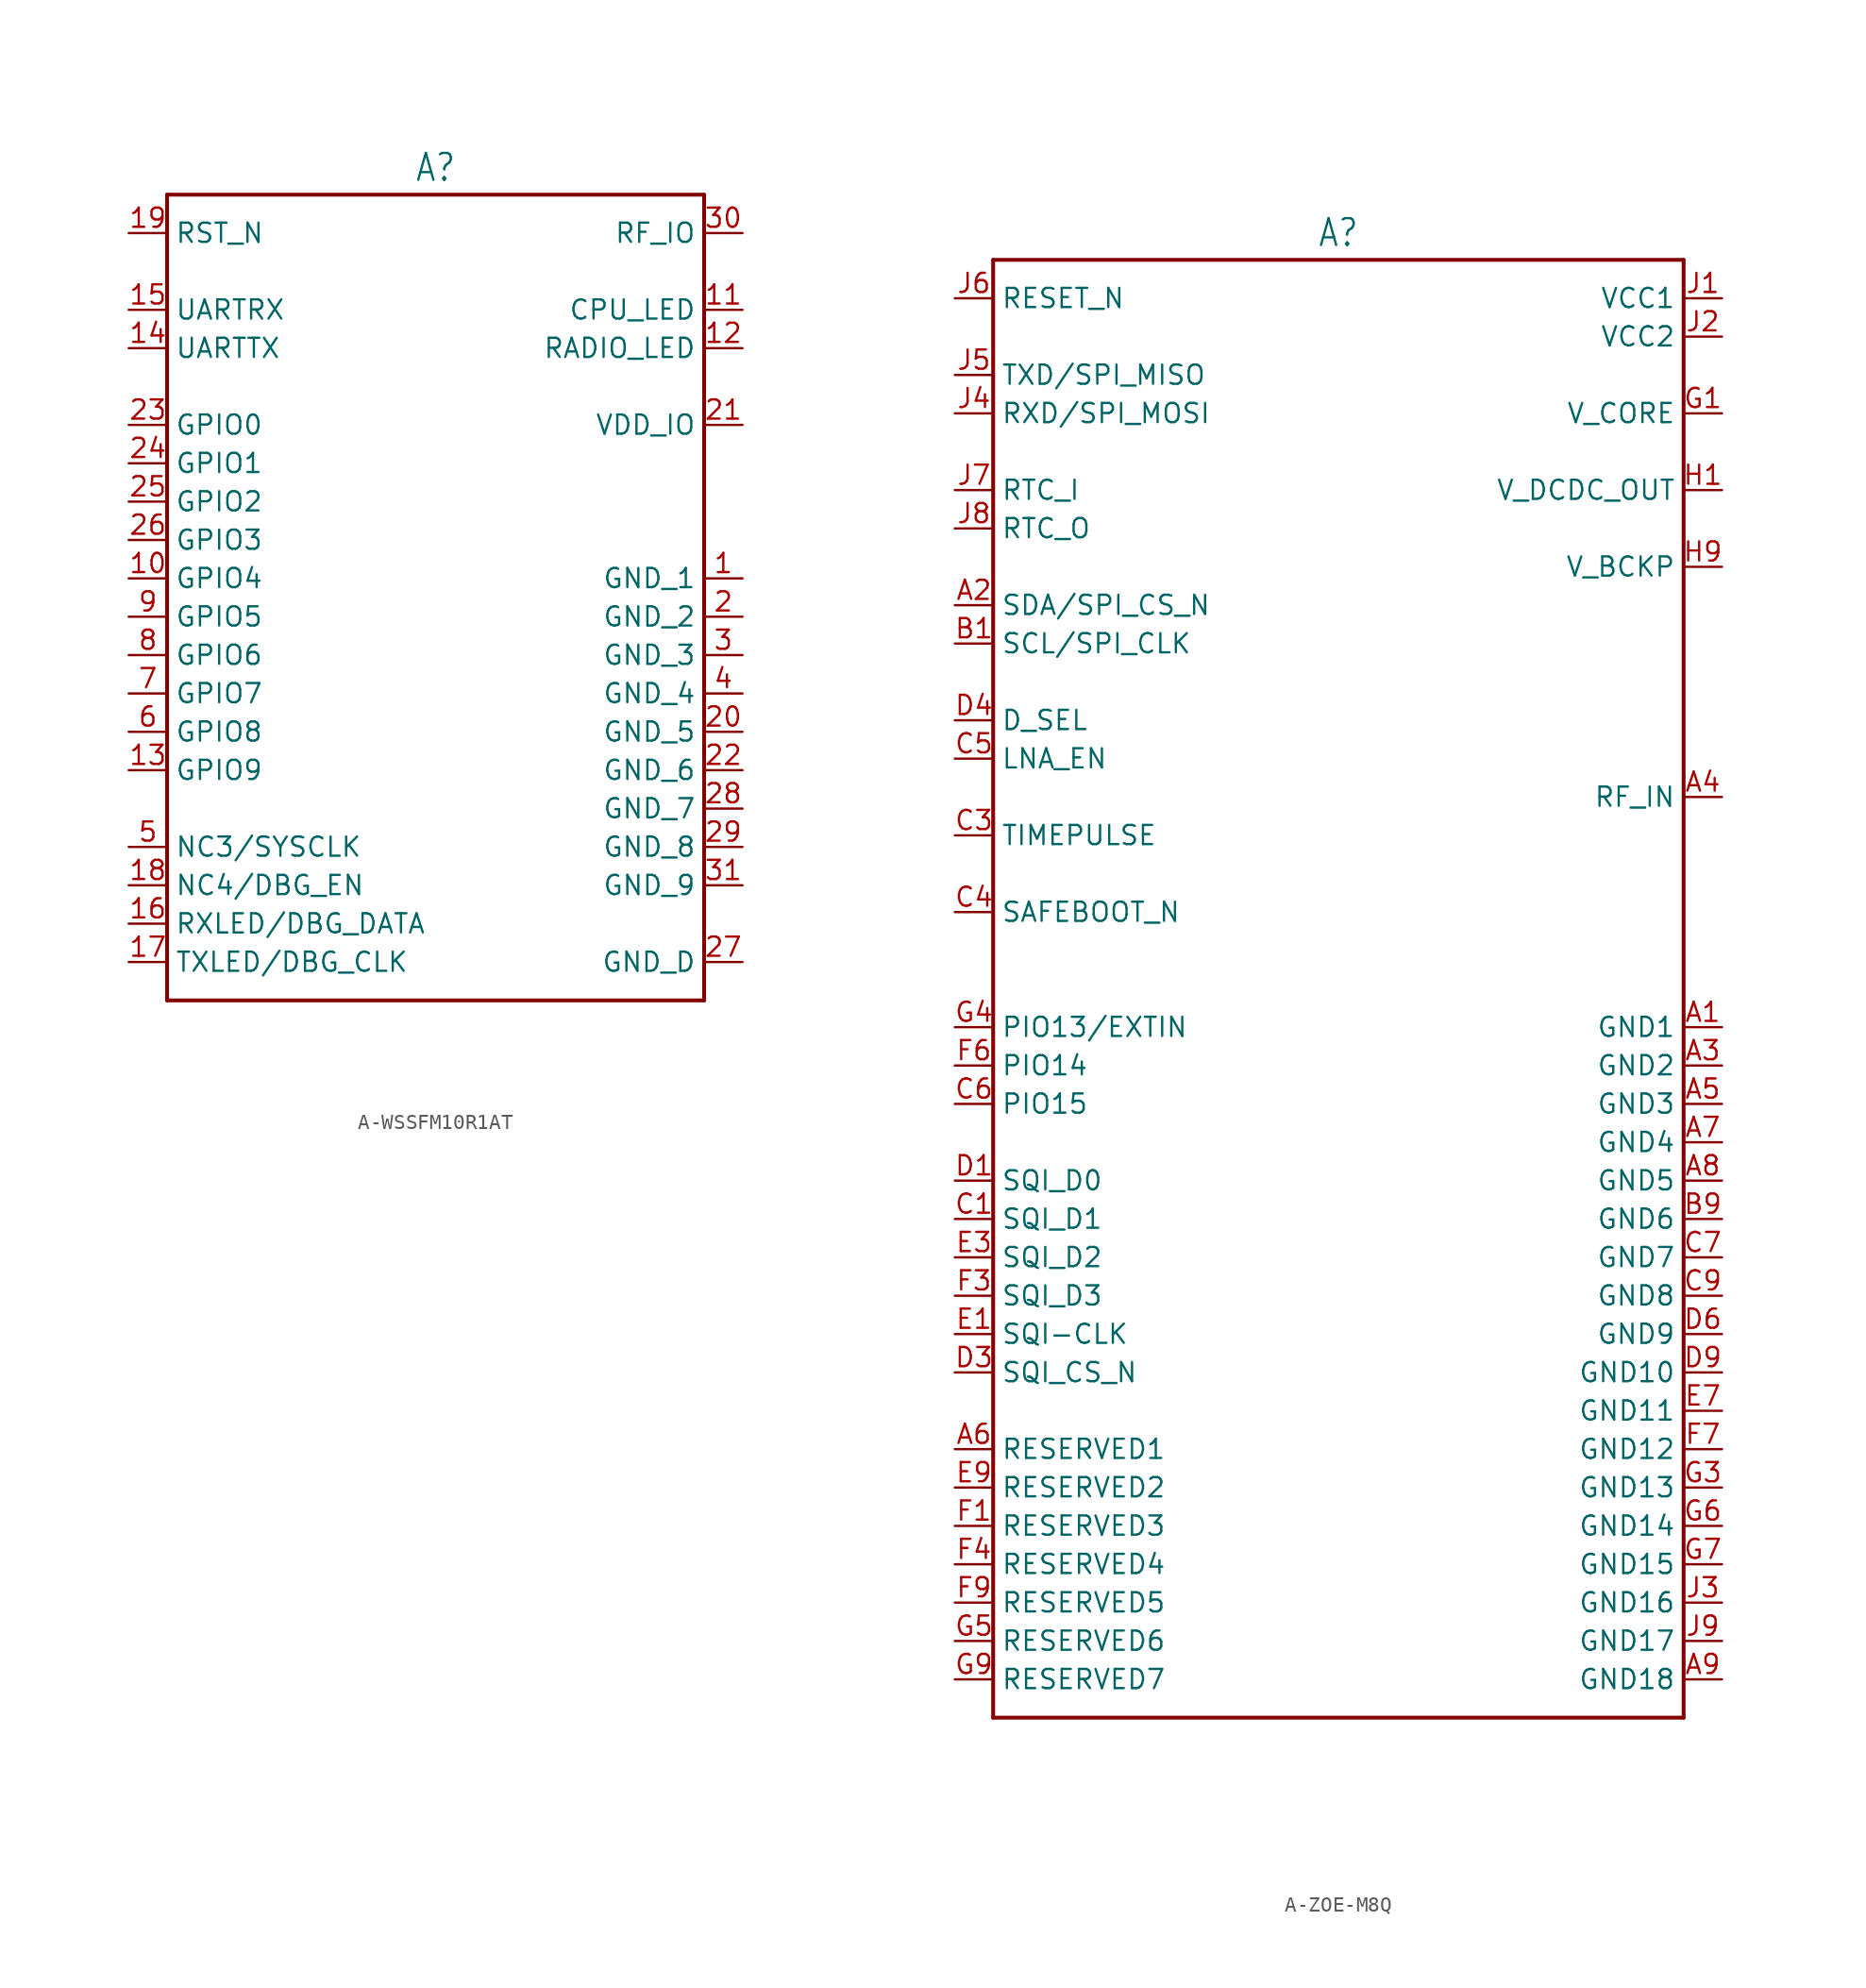
<source format=kicad_sym>
(kicad_symbol_lib
  (version 20231120)
  (generator "kicad_symbol_editor")
  (generator_version "8.0")
  (symbol "A-WSSFM10R1AT"
    (property "Reference" "A"
      (at 0 26.162 0)
      (effects (font (size 1.778 1.511)) (justify bottom)))
    (property "Value" ""
      (at 0 -28.702 0)
      (effects (font (size 1.778 1.511)) (justify top)))
    (property "ki_locked" ""
      (at 0 0 0)
      (effects (font (size 1.27 1.27))))
    (symbol "A-WSSFM10R1AT_1_0"
      (polyline (pts (xy -17.78 -27.94) (xy -17.78 25.4)) (stroke (width 0.254) (type solid)) (fill (type none)))
      (polyline (pts (xy -17.78 25.4) (xy 17.78 25.4)) (stroke (width 0.254) (type solid)) (fill (type none)))
      (polyline (pts (xy 17.78 -27.94) (xy -17.78 -27.94)) (stroke (width 0.254) (type solid)) (fill (type none)))
      (polyline (pts (xy 17.78 25.4) (xy 17.78 -27.94)) (stroke (width 0.254) (type solid)) (fill (type none)))
      (pin passive line (at 20.32 0 180) (length 2.54) (name "GND_1" (effects (font (size 1.27 1.27)))) (number "1" (effects (font (size 1.27 1.27)))))
      (pin passive line (at -20.32 0 0) (length 2.54) (name "GPIO4" (effects (font (size 1.27 1.27)))) (number "10" (effects (font (size 1.27 1.27)))))
      (pin passive line (at 20.32 17.78 180) (length 2.54) (name "CPU_LED" (effects (font (size 1.27 1.27)))) (number "11" (effects (font (size 1.27 1.27)))))
      (pin passive line (at 20.32 15.24 180) (length 2.54) (name "RADIO_LED" (effects (font (size 1.27 1.27)))) (number "12" (effects (font (size 1.27 1.27)))))
      (pin passive line (at -20.32 -12.7 0) (length 2.54) (name "GPIO9" (effects (font (size 1.27 1.27)))) (number "13" (effects (font (size 1.27 1.27)))))
      (pin passive line (at -20.32 15.24 0) (length 2.54) (name "UARTTX" (effects (font (size 1.27 1.27)))) (number "14" (effects (font (size 1.27 1.27)))))
      (pin passive line (at -20.32 17.78 0) (length 2.54) (name "UARTRX" (effects (font (size 1.27 1.27)))) (number "15" (effects (font (size 1.27 1.27)))))
      (pin passive line (at -20.32 -22.86 0) (length 2.54) (name "RXLED/DBG_DATA" (effects (font (size 1.27 1.27)))) (number "16" (effects (font (size 1.27 1.27)))))
      (pin passive line (at -20.32 -25.4 0) (length 2.54) (name "TXLED/DBG_CLK" (effects (font (size 1.27 1.27)))) (number "17" (effects (font (size 1.27 1.27)))))
      (pin passive line (at -20.32 -20.32 0) (length 2.54) (name "NC4/DBG_EN" (effects (font (size 1.27 1.27)))) (number "18" (effects (font (size 1.27 1.27)))))
      (pin passive line (at -20.32 22.86 0) (length 2.54) (name "RST_N" (effects (font (size 1.27 1.27)))) (number "19" (effects (font (size 1.27 1.27)))))
      (pin passive line (at 20.32 -2.54 180) (length 2.54) (name "GND_2" (effects (font (size 1.27 1.27)))) (number "2" (effects (font (size 1.27 1.27)))))
      (pin passive line (at 20.32 -10.16 180) (length 2.54) (name "GND_5" (effects (font (size 1.27 1.27)))) (number "20" (effects (font (size 1.27 1.27)))))
      (pin passive line (at 20.32 10.16 180) (length 2.54) (name "VDD_IO" (effects (font (size 1.27 1.27)))) (number "21" (effects (font (size 1.27 1.27)))))
      (pin passive line (at 20.32 -12.7 180) (length 2.54) (name "GND_6" (effects (font (size 1.27 1.27)))) (number "22" (effects (font (size 1.27 1.27)))))
      (pin passive line (at -20.32 10.16 0) (length 2.54) (name "GPIO0" (effects (font (size 1.27 1.27)))) (number "23" (effects (font (size 1.27 1.27)))))
      (pin passive line (at -20.32 7.62 0) (length 2.54) (name "GPIO1" (effects (font (size 1.27 1.27)))) (number "24" (effects (font (size 1.27 1.27)))))
      (pin passive line (at -20.32 5.08 0) (length 2.54) (name "GPIO2" (effects (font (size 1.27 1.27)))) (number "25" (effects (font (size 1.27 1.27)))))
      (pin passive line (at -20.32 2.54 0) (length 2.54) (name "GPIO3" (effects (font (size 1.27 1.27)))) (number "26" (effects (font (size 1.27 1.27)))))
      (pin passive line (at 20.32 -25.4 180) (length 2.54) (name "GND_D" (effects (font (size 1.27 1.27)))) (number "27" (effects (font (size 1.27 1.27)))))
      (pin passive line (at 20.32 -15.24 180) (length 2.54) (name "GND_7" (effects (font (size 1.27 1.27)))) (number "28" (effects (font (size 1.27 1.27)))))
      (pin passive line (at 20.32 -17.78 180) (length 2.54) (name "GND_8" (effects (font (size 1.27 1.27)))) (number "29" (effects (font (size 1.27 1.27)))))
      (pin passive line (at 20.32 -5.08 180) (length 2.54) (name "GND_3" (effects (font (size 1.27 1.27)))) (number "3" (effects (font (size 1.27 1.27)))))
      (pin passive line (at 20.32 22.86 180) (length 2.54) (name "RF_IO" (effects (font (size 1.27 1.27)))) (number "30" (effects (font (size 1.27 1.27)))))
      (pin passive line (at 20.32 -20.32 180) (length 2.54) (name "GND_9" (effects (font (size 1.27 1.27)))) (number "31" (effects (font (size 1.27 1.27)))))
      (pin passive line (at 20.32 -7.62 180) (length 2.54) (name "GND_4" (effects (font (size 1.27 1.27)))) (number "4" (effects (font (size 1.27 1.27)))))
      (pin passive line (at -20.32 -17.78 0) (length 2.54) (name "NC3/SYSCLK" (effects (font (size 1.27 1.27)))) (number "5" (effects (font (size 1.27 1.27)))))
      (pin passive line (at -20.32 -10.16 0) (length 2.54) (name "GPIO8" (effects (font (size 1.27 1.27)))) (number "6" (effects (font (size 1.27 1.27)))))
      (pin passive line (at -20.32 -7.62 0) (length 2.54) (name "GPIO7" (effects (font (size 1.27 1.27)))) (number "7" (effects (font (size 1.27 1.27)))))
      (pin passive line (at -20.32 -5.08 0) (length 2.54) (name "GPIO6" (effects (font (size 1.27 1.27)))) (number "8" (effects (font (size 1.27 1.27)))))
      (pin passive line (at -20.32 -2.54 0) (length 2.54) (name "GPIO5" (effects (font (size 1.27 1.27)))) (number "9" (effects (font (size 1.27 1.27)))))))
  (symbol "A-ZOE-M8Q"
    (property "Reference" "A"
      (at 0 49.022 0)
      (effects (font (size 1.778 1.511)) (justify bottom)))
    (property "Value" ""
      (at 0 -49.022 0)
      (effects (font (size 1.778 1.511)) (justify top)))
    (property "ki_locked" ""
      (at 0 0 0)
      (effects (font (size 1.27 1.27))))
    (symbol "A-ZOE-M8Q_1_0"
      (polyline (pts (xy -22.86 -48.26) (xy -22.86 48.26)) (stroke (width 0.254) (type solid)) (fill (type none)))
      (polyline (pts (xy -22.86 48.26) (xy 22.86 48.26)) (stroke (width 0.254) (type solid)) (fill (type none)))
      (polyline (pts (xy 22.86 -48.26) (xy -22.86 -48.26)) (stroke (width 0.254) (type solid)) (fill (type none)))
      (polyline (pts (xy 22.86 48.26) (xy 22.86 -48.26)) (stroke (width 0.254) (type solid)) (fill (type none)))
      (pin passive line (at 25.4 -2.54 180) (length 2.54) (name "GND1" (effects (font (size 1.27 1.27)))) (number "A1" (effects (font (size 1.27 1.27)))))
      (pin passive line (at -25.4 25.4 0) (length 2.54) (name "SDA/SPI_CS_N" (effects (font (size 1.27 1.27)))) (number "A2" (effects (font (size 1.27 1.27)))))
      (pin passive line (at 25.4 -5.08 180) (length 2.54) (name "GND2" (effects (font (size 1.27 1.27)))) (number "A3" (effects (font (size 1.27 1.27)))))
      (pin passive line (at 25.4 12.7 180) (length 2.54) (name "RF_IN" (effects (font (size 1.27 1.27)))) (number "A4" (effects (font (size 1.27 1.27)))))
      (pin passive line (at 25.4 -7.62 180) (length 2.54) (name "GND3" (effects (font (size 1.27 1.27)))) (number "A5" (effects (font (size 1.27 1.27)))))
      (pin passive line (at -25.4 -30.48 0) (length 2.54) (name "RESERVED1" (effects (font (size 1.27 1.27)))) (number "A6" (effects (font (size 1.27 1.27)))))
      (pin passive line (at 25.4 -10.16 180) (length 2.54) (name "GND4" (effects (font (size 1.27 1.27)))) (number "A7" (effects (font (size 1.27 1.27)))))
      (pin passive line (at 25.4 -12.7 180) (length 2.54) (name "GND5" (effects (font (size 1.27 1.27)))) (number "A8" (effects (font (size 1.27 1.27)))))
      (pin passive line (at 25.4 -45.72 180) (length 2.54) (name "GND18" (effects (font (size 1.27 1.27)))) (number "A9" (effects (font (size 1.27 1.27)))))
      (pin passive line (at -25.4 22.86 0) (length 2.54) (name "SCL/SPI_CLK" (effects (font (size 1.27 1.27)))) (number "B1" (effects (font (size 1.27 1.27)))))
      (pin passive line (at 25.4 -15.24 180) (length 2.54) (name "GND6" (effects (font (size 1.27 1.27)))) (number "B9" (effects (font (size 1.27 1.27)))))
      (pin passive line (at -25.4 -15.24 0) (length 2.54) (name "SQI_D1" (effects (font (size 1.27 1.27)))) (number "C1" (effects (font (size 1.27 1.27)))))
      (pin passive line (at -25.4 10.16 0) (length 2.54) (name "TIMEPULSE" (effects (font (size 1.27 1.27)))) (number "C3" (effects (font (size 1.27 1.27)))))
      (pin passive line (at -25.4 5.08 0) (length 2.54) (name "SAFEBOOT_N" (effects (font (size 1.27 1.27)))) (number "C4" (effects (font (size 1.27 1.27)))))
      (pin passive line (at -25.4 15.24 0) (length 2.54) (name "LNA_EN" (effects (font (size 1.27 1.27)))) (number "C5" (effects (font (size 1.27 1.27)))))
      (pin passive line (at -25.4 -7.62 0) (length 2.54) (name "PIO15" (effects (font (size 1.27 1.27)))) (number "C6" (effects (font (size 1.27 1.27)))))
      (pin passive line (at 25.4 -17.78 180) (length 2.54) (name "GND7" (effects (font (size 1.27 1.27)))) (number "C7" (effects (font (size 1.27 1.27)))))
      (pin passive line (at 25.4 -20.32 180) (length 2.54) (name "GND8" (effects (font (size 1.27 1.27)))) (number "C9" (effects (font (size 1.27 1.27)))))
      (pin passive line (at -25.4 -12.7 0) (length 2.54) (name "SQI_D0" (effects (font (size 1.27 1.27)))) (number "D1" (effects (font (size 1.27 1.27)))))
      (pin passive line (at -25.4 -25.4 0) (length 2.54) (name "SQI_CS_N" (effects (font (size 1.27 1.27)))) (number "D3" (effects (font (size 1.27 1.27)))))
      (pin passive line (at -25.4 17.78 0) (length 2.54) (name "D_SEL" (effects (font (size 1.27 1.27)))) (number "D4" (effects (font (size 1.27 1.27)))))
      (pin passive line (at 25.4 -22.86 180) (length 2.54) (name "GND9" (effects (font (size 1.27 1.27)))) (number "D6" (effects (font (size 1.27 1.27)))))
      (pin passive line (at 25.4 -25.4 180) (length 2.54) (name "GND10" (effects (font (size 1.27 1.27)))) (number "D9" (effects (font (size 1.27 1.27)))))
      (pin passive line (at -25.4 -22.86 0) (length 2.54) (name "SQI-CLK" (effects (font (size 1.27 1.27)))) (number "E1" (effects (font (size 1.27 1.27)))))
      (pin passive line (at -25.4 -17.78 0) (length 2.54) (name "SQI_D2" (effects (font (size 1.27 1.27)))) (number "E3" (effects (font (size 1.27 1.27)))))
      (pin passive line (at 25.4 -27.94 180) (length 2.54) (name "GND11" (effects (font (size 1.27 1.27)))) (number "E7" (effects (font (size 1.27 1.27)))))
      (pin passive line (at -25.4 -33.02 0) (length 2.54) (name "RESERVED2" (effects (font (size 1.27 1.27)))) (number "E9" (effects (font (size 1.27 1.27)))))
      (pin passive line (at -25.4 -35.56 0) (length 2.54) (name "RESERVED3" (effects (font (size 1.27 1.27)))) (number "F1" (effects (font (size 1.27 1.27)))))
      (pin passive line (at -25.4 -20.32 0) (length 2.54) (name "SQI_D3" (effects (font (size 1.27 1.27)))) (number "F3" (effects (font (size 1.27 1.27)))))
      (pin passive line (at -25.4 -38.1 0) (length 2.54) (name "RESERVED4" (effects (font (size 1.27 1.27)))) (number "F4" (effects (font (size 1.27 1.27)))))
      (pin passive line (at -25.4 -5.08 0) (length 2.54) (name "PIO14" (effects (font (size 1.27 1.27)))) (number "F6" (effects (font (size 1.27 1.27)))))
      (pin passive line (at 25.4 -30.48 180) (length 2.54) (name "GND12" (effects (font (size 1.27 1.27)))) (number "F7" (effects (font (size 1.27 1.27)))))
      (pin passive line (at -25.4 -40.64 0) (length 2.54) (name "RESERVED5" (effects (font (size 1.27 1.27)))) (number "F9" (effects (font (size 1.27 1.27)))))
      (pin passive line (at 25.4 38.1 180) (length 2.54) (name "V_CORE" (effects (font (size 1.27 1.27)))) (number "G1" (effects (font (size 1.27 1.27)))))
      (pin passive line (at 25.4 -33.02 180) (length 2.54) (name "GND13" (effects (font (size 1.27 1.27)))) (number "G3" (effects (font (size 1.27 1.27)))))
      (pin passive line (at -25.4 -2.54 0) (length 2.54) (name "PIO13/EXTIN" (effects (font (size 1.27 1.27)))) (number "G4" (effects (font (size 1.27 1.27)))))
      (pin passive line (at -25.4 -43.18 0) (length 2.54) (name "RESERVED6" (effects (font (size 1.27 1.27)))) (number "G5" (effects (font (size 1.27 1.27)))))
      (pin passive line (at 25.4 -35.56 180) (length 2.54) (name "GND14" (effects (font (size 1.27 1.27)))) (number "G6" (effects (font (size 1.27 1.27)))))
      (pin passive line (at 25.4 -38.1 180) (length 2.54) (name "GND15" (effects (font (size 1.27 1.27)))) (number "G7" (effects (font (size 1.27 1.27)))))
      (pin passive line (at -25.4 -45.72 0) (length 2.54) (name "RESERVED7" (effects (font (size 1.27 1.27)))) (number "G9" (effects (font (size 1.27 1.27)))))
      (pin passive line (at 25.4 33.02 180) (length 2.54) (name "V_DCDC_OUT" (effects (font (size 1.27 1.27)))) (number "H1" (effects (font (size 1.27 1.27)))))
      (pin passive line (at 25.4 27.94 180) (length 2.54) (name "V_BCKP" (effects (font (size 1.27 1.27)))) (number "H9" (effects (font (size 1.27 1.27)))))
      (pin passive line (at 25.4 45.72 180) (length 2.54) (name "VCC1" (effects (font (size 1.27 1.27)))) (number "J1" (effects (font (size 1.27 1.27)))))
      (pin passive line (at 25.4 43.18 180) (length 2.54) (name "VCC2" (effects (font (size 1.27 1.27)))) (number "J2" (effects (font (size 1.27 1.27)))))
      (pin passive line (at 25.4 -40.64 180) (length 2.54) (name "GND16" (effects (font (size 1.27 1.27)))) (number "J3" (effects (font (size 1.27 1.27)))))
      (pin passive line (at -25.4 38.1 0) (length 2.54) (name "RXD/SPI_MOSI" (effects (font (size 1.27 1.27)))) (number "J4" (effects (font (size 1.27 1.27)))))
      (pin passive line (at -25.4 40.64 0) (length 2.54) (name "TXD/SPI_MISO" (effects (font (size 1.27 1.27)))) (number "J5" (effects (font (size 1.27 1.27)))))
      (pin passive line (at -25.4 45.72 0) (length 2.54) (name "RESET_N" (effects (font (size 1.27 1.27)))) (number "J6" (effects (font (size 1.27 1.27)))))
      (pin passive line (at -25.4 33.02 0) (length 2.54) (name "RTC_I" (effects (font (size 1.27 1.27)))) (number "J7" (effects (font (size 1.27 1.27)))))
      (pin passive line (at -25.4 30.48 0) (length 2.54) (name "RTC_O" (effects (font (size 1.27 1.27)))) (number "J8" (effects (font (size 1.27 1.27)))))
      (pin passive line (at 25.4 -43.18 180) (length 2.54) (name "GND17" (effects (font (size 1.27 1.27)))) (number "J9" (effects (font (size 1.27 1.27))))))))
</source>
